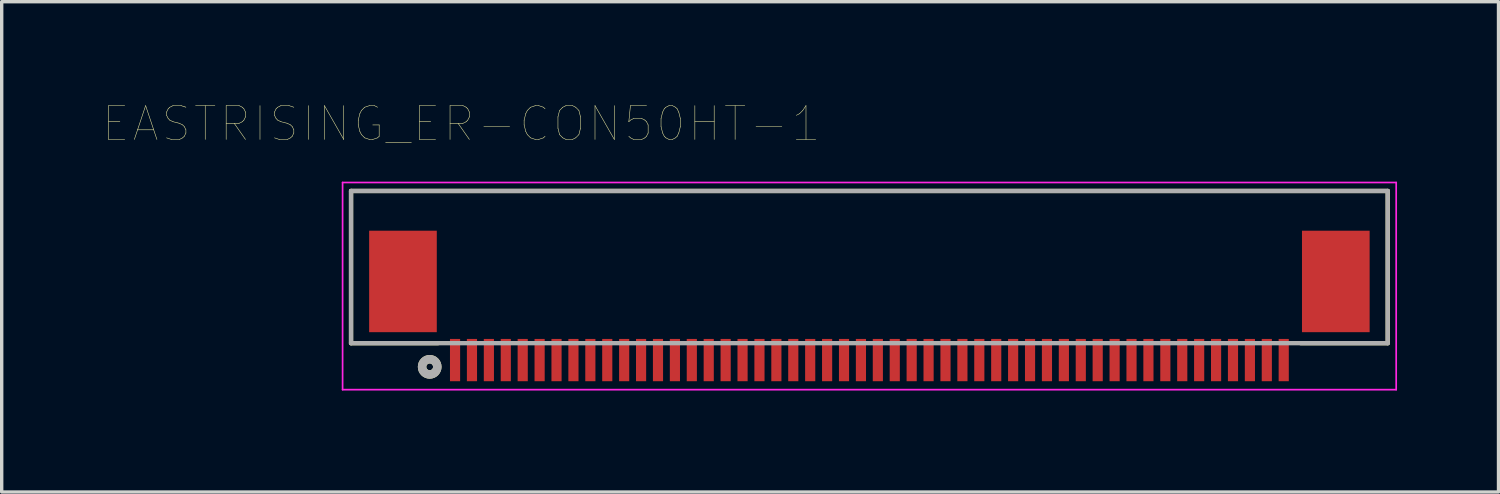
<source format=kicad_pcb>
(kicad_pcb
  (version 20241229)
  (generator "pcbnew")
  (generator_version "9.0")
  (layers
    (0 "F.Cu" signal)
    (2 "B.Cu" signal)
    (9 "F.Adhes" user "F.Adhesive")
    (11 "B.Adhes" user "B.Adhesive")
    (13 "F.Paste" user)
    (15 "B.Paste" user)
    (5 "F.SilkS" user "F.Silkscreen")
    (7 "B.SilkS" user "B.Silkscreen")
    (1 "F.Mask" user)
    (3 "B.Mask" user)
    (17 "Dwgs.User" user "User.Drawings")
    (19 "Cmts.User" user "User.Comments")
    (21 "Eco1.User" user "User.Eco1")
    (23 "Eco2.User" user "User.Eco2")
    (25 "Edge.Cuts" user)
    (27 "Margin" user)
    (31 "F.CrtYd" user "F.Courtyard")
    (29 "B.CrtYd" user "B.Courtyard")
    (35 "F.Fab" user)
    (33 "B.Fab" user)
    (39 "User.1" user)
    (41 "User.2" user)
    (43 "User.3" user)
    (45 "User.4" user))
  (footprint "EASTRISING_ER-CON50HT-1"
    (layer "F.Cu")
    (at 22.654 7.596)
    (property "Reference" "EASTRISING_ER-CON50HT-1" (at -12.065 -6.985 0) (layer "F.SilkS") (effects (font (size 1 1) (thickness 0.015))))
    (attr through_hole)
    (fp_line (start -15.325 -5) (end 15.325 -5) (stroke (width 0.127) (type solid)) (layer "F.SilkS"))
    (fp_line (start -15.325 -0.5) (end -15.325 -5) (stroke (width 0.127) (type solid)) (layer "F.SilkS"))
    (fp_line (start -12.75 -0.5) (end -15.325 -0.5) (stroke (width 0.127) (type solid)) (layer "F.SilkS"))
    (fp_line (start 15.325 -5) (end 15.325 -0.5) (stroke (width 0.127) (type solid)) (layer "F.SilkS"))
    (fp_line (start 15.325 -0.5) (end 12.75 -0.5) (stroke (width 0.127) (type solid)) (layer "F.SilkS"))
    (fp_circle (center -13 0.2) (end -12.9 0.2) (stroke (width 0.25) (type solid)) (fill no) (layer "F.SilkS"))
    (fp_line (start -15.575 -5.25) (end 15.575 -5.25) (stroke (width 0.05) (type solid)) (layer "F.CrtYd"))
    (fp_line (start -15.575 0.875) (end -15.575 -5.25) (stroke (width 0.05) (type solid)) (layer "F.CrtYd"))
    (fp_line (start 15.575 -5.25) (end 15.575 0.875) (stroke (width 0.05) (type solid)) (layer "F.CrtYd"))
    (fp_line (start 15.575 0.875) (end -15.575 0.875) (stroke (width 0.05) (type solid)) (layer "F.CrtYd"))
    (fp_line (start -15.325 -5) (end 15.325 -5) (stroke (width 0.127) (type solid)) (layer "F.Fab"))
    (fp_line (start -15.325 -0.5) (end -15.325 -5) (stroke (width 0.127) (type solid)) (layer "F.Fab"))
    (fp_line (start 15.325 -5) (end 15.325 -0.5) (stroke (width 0.127) (type solid)) (layer "F.Fab"))
    (fp_line (start 15.325 -0.5) (end -15.325 -0.5) (stroke (width 0.127) (type solid)) (layer "F.Fab"))
    (fp_circle (center -13 0.2) (end -12.9 0.2) (stroke (width 0.25) (type solid)) (fill no) (layer "F.Fab"))
    (pad "1" smd rect (at -12.25 0) (size 0.3 1.25) (layers "F.Cu" "F.Mask" "F.Paste"))
    (pad "2" smd rect (at -11.75 0) (size 0.3 1.25) (layers "F.Cu" "F.Mask" "F.Paste"))
    (pad "3" smd rect (at -11.25 0) (size 0.3 1.25) (layers "F.Cu" "F.Mask" "F.Paste"))
    (pad "4" smd rect (at -10.75 0) (size 0.3 1.25) (layers "F.Cu" "F.Mask" "F.Paste"))
    (pad "5" smd rect (at -10.25 0) (size 0.3 1.25) (layers "F.Cu" "F.Mask" "F.Paste"))
    (pad "6" smd rect (at -9.75 0) (size 0.3 1.25) (layers "F.Cu" "F.Mask" "F.Paste"))
    (pad "7" smd rect (at -9.25 0) (size 0.3 1.25) (layers "F.Cu" "F.Mask" "F.Paste"))
    (pad "8" smd rect (at -8.75 0) (size 0.3 1.25) (layers "F.Cu" "F.Mask" "F.Paste"))
    (pad "9" smd rect (at -8.25 0) (size 0.3 1.25) (layers "F.Cu" "F.Mask" "F.Paste"))
    (pad "10" smd rect (at -7.75 0) (size 0.3 1.25) (layers "F.Cu" "F.Mask" "F.Paste"))
    (pad "11" smd rect (at -7.25 0) (size 0.3 1.25) (layers "F.Cu" "F.Mask" "F.Paste"))
    (pad "12" smd rect (at -6.75 0) (size 0.3 1.25) (layers "F.Cu" "F.Mask" "F.Paste"))
    (pad "13" smd rect (at -6.25 0) (size 0.3 1.25) (layers "F.Cu" "F.Mask" "F.Paste"))
    (pad "14" smd rect (at -5.75 0) (size 0.3 1.25) (layers "F.Cu" "F.Mask" "F.Paste"))
    (pad "15" smd rect (at -5.25 0) (size 0.3 1.25) (layers "F.Cu" "F.Mask" "F.Paste"))
    (pad "16" smd rect (at -4.75 0) (size 0.3 1.25) (layers "F.Cu" "F.Mask" "F.Paste"))
    (pad "17" smd rect (at -4.25 0) (size 0.3 1.25) (layers "F.Cu" "F.Mask" "F.Paste"))
    (pad "18" smd rect (at -3.75 0) (size 0.3 1.25) (layers "F.Cu" "F.Mask" "F.Paste"))
    (pad "19" smd rect (at -3.25 0) (size 0.3 1.25) (layers "F.Cu" "F.Mask" "F.Paste"))
    (pad "20" smd rect (at -2.75 0) (size 0.3 1.25) (layers "F.Cu" "F.Mask" "F.Paste"))
    (pad "21" smd rect (at -2.25 0) (size 0.3 1.25) (layers "F.Cu" "F.Mask" "F.Paste"))
    (pad "22" smd rect (at -1.75 0) (size 0.3 1.25) (layers "F.Cu" "F.Mask" "F.Paste"))
    (pad "23" smd rect (at -1.25 0) (size 0.3 1.25) (layers "F.Cu" "F.Mask" "F.Paste"))
    (pad "24" smd rect (at -0.75 0) (size 0.3 1.25) (layers "F.Cu" "F.Mask" "F.Paste"))
    (pad "25" smd rect (at -0.25 0) (size 0.3 1.25) (layers "F.Cu" "F.Mask" "F.Paste"))
    (pad "26" smd rect (at 0.25 0) (size 0.3 1.25) (layers "F.Cu" "F.Mask" "F.Paste"))
    (pad "27" smd rect (at 0.75 0) (size 0.3 1.25) (layers "F.Cu" "F.Mask" "F.Paste"))
    (pad "28" smd rect (at 1.25 0) (size 0.3 1.25) (layers "F.Cu" "F.Mask" "F.Paste"))
    (pad "29" smd rect (at 1.75 0) (size 0.3 1.25) (layers "F.Cu" "F.Mask" "F.Paste"))
    (pad "30" smd rect (at 2.25 0) (size 0.3 1.25) (layers "F.Cu" "F.Mask" "F.Paste"))
    (pad "31" smd rect (at 2.75 0) (size 0.3 1.25) (layers "F.Cu" "F.Mask" "F.Paste"))
    (pad "32" smd rect (at 3.25 0) (size 0.3 1.25) (layers "F.Cu" "F.Mask" "F.Paste"))
    (pad "33" smd rect (at 3.75 0) (size 0.3 1.25) (layers "F.Cu" "F.Mask" "F.Paste"))
    (pad "34" smd rect (at 4.25 0) (size 0.3 1.25) (layers "F.Cu" "F.Mask" "F.Paste"))
    (pad "35" smd rect (at 4.75 0) (size 0.3 1.25) (layers "F.Cu" "F.Mask" "F.Paste"))
    (pad "36" smd rect (at 5.25 0) (size 0.3 1.25) (layers "F.Cu" "F.Mask" "F.Paste"))
    (pad "37" smd rect (at 5.75 0) (size 0.3 1.25) (layers "F.Cu" "F.Mask" "F.Paste"))
    (pad "38" smd rect (at 6.25 0) (size 0.3 1.25) (layers "F.Cu" "F.Mask" "F.Paste"))
    (pad "39" smd rect (at 6.75 0) (size 0.3 1.25) (layers "F.Cu" "F.Mask" "F.Paste"))
    (pad "40" smd rect (at 7.25 0) (size 0.3 1.25) (layers "F.Cu" "F.Mask" "F.Paste"))
    (pad "41" smd rect (at 7.75 0) (size 0.3 1.25) (layers "F.Cu" "F.Mask" "F.Paste"))
    (pad "42" smd rect (at 8.25 0) (size 0.3 1.25) (layers "F.Cu" "F.Mask" "F.Paste"))
    (pad "43" smd rect (at 8.75 0) (size 0.3 1.25) (layers "F.Cu" "F.Mask" "F.Paste"))
    (pad "44" smd rect (at 9.25 0) (size 0.3 1.25) (layers "F.Cu" "F.Mask" "F.Paste"))
    (pad "45" smd rect (at 9.75 0) (size 0.3 1.25) (layers "F.Cu" "F.Mask" "F.Paste"))
    (pad "46" smd rect (at 10.25 0) (size 0.3 1.25) (layers "F.Cu" "F.Mask" "F.Paste"))
    (pad "47" smd rect (at 10.75 0) (size 0.3 1.25) (layers "F.Cu" "F.Mask" "F.Paste"))
    (pad "48" smd rect (at 11.25 0) (size 0.3 1.25) (layers "F.Cu" "F.Mask" "F.Paste"))
    (pad "49" smd rect (at 11.75 0) (size 0.3 1.25) (layers "F.Cu" "F.Mask" "F.Paste"))
    (pad "50" smd rect (at 12.25 0) (size 0.3 1.25) (layers "F.Cu" "F.Mask" "F.Paste"))
    (pad "S1" smd rect (at -13.79 -2.325) (size 2 3) (layers "F.Cu" "F.Mask" "F.Paste"))
    (pad "S2" smd rect (at 13.79 -2.325) (size 2 3) (layers "F.Cu" "F.Mask" "F.Paste")))
  (gr_rect
    (start -3 -3)
    (end 41.254 11.496)
    (stroke (width 0.1) (type default))
    (fill no)
    (layer "Edge.Cuts")))
</source>
